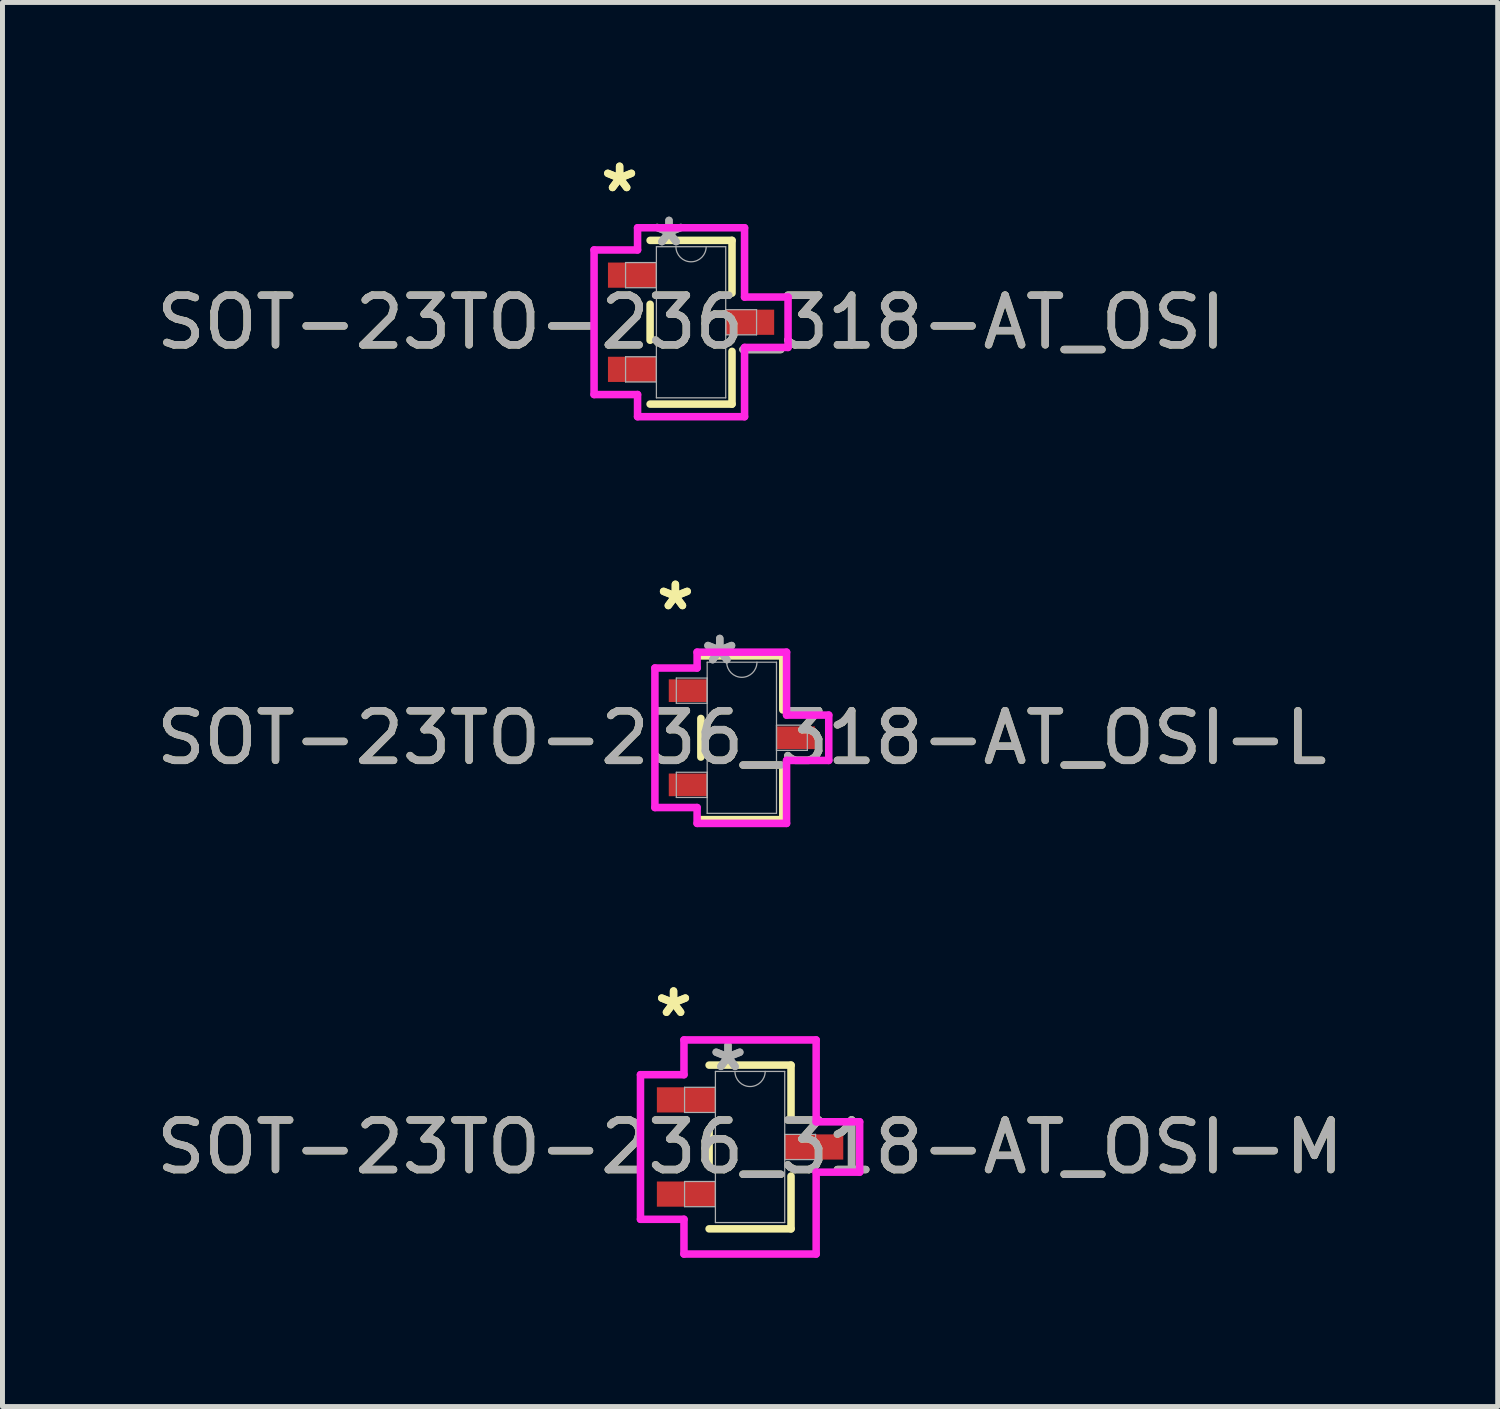
<source format=kicad_pcb>
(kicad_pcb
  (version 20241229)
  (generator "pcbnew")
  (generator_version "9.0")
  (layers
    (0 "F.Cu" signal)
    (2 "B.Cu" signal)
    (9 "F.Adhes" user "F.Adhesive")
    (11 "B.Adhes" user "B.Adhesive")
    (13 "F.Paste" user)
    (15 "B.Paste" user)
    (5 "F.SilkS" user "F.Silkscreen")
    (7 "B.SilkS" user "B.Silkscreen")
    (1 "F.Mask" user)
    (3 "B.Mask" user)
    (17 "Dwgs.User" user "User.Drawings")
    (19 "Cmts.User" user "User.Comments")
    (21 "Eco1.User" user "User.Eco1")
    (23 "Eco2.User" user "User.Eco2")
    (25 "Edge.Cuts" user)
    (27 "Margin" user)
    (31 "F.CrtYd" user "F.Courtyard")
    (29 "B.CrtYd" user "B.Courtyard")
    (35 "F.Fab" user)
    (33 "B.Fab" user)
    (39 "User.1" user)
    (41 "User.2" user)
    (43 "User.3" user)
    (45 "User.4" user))
  (footprint "SOT-23TO-236_318-AT_OSI"
    (layer "F.Cu")
    (at 10.887 3.449)
    (property "Reference" "SOT-23TO-236_318-AT_OSI" (at 0 0 0) (unlocked yes) (layer "F.SilkS") (effects (font (size 1 1) (thickness 0.15))))
    (attr smd)
    (fp_line (start -0.826 -0.363) (end -0.826 0.363) (stroke (width 0.152) (type solid)) (layer "F.SilkS"))
    (fp_line (start -0.826 1.651) (end 0.826 1.651) (stroke (width 0.152) (type solid)) (layer "F.SilkS"))
    (fp_line (start 0.826 -1.651) (end -0.826 -1.651) (stroke (width 0.152) (type solid)) (layer "F.SilkS"))
    (fp_line (start 0.826 -0.587) (end 0.826 -1.651) (stroke (width 0.152) (type solid)) (layer "F.SilkS"))
    (fp_line (start 0.826 1.651) (end 0.826 0.587) (stroke (width 0.152) (type solid)) (layer "F.SilkS"))
    (fp_line (start -1.956 -1.458) (end -1.079 -1.458) (stroke (width 0.152) (type solid)) (layer "F.CrtYd"))
    (fp_line (start -1.956 1.458) (end -1.956 -1.458) (stroke (width 0.152) (type solid)) (layer "F.CrtYd"))
    (fp_line (start -1.079 -1.905) (end 1.079 -1.905) (stroke (width 0.152) (type solid)) (layer "F.CrtYd"))
    (fp_line (start -1.079 -1.458) (end -1.079 -1.905) (stroke (width 0.152) (type solid)) (layer "F.CrtYd"))
    (fp_line (start -1.079 1.458) (end -1.956 1.458) (stroke (width 0.152) (type solid)) (layer "F.CrtYd"))
    (fp_line (start -1.079 1.905) (end -1.079 1.458) (stroke (width 0.152) (type solid)) (layer "F.CrtYd"))
    (fp_line (start 1.079 -1.905) (end 1.079 -0.508) (stroke (width 0.152) (type solid)) (layer "F.CrtYd"))
    (fp_line (start 1.079 -0.508) (end 1.956 -0.508) (stroke (width 0.152) (type solid)) (layer "F.CrtYd"))
    (fp_line (start 1.079 0.508) (end 1.079 1.905) (stroke (width 0.152) (type solid)) (layer "F.CrtYd"))
    (fp_line (start 1.079 1.905) (end -1.079 1.905) (stroke (width 0.152) (type solid)) (layer "F.CrtYd"))
    (fp_line (start 1.956 -0.508) (end 1.956 0.508) (stroke (width 0.152) (type solid)) (layer "F.CrtYd"))
    (fp_line (start 1.956 0.508) (end 1.079 0.508) (stroke (width 0.152) (type solid)) (layer "F.CrtYd"))
    (fp_line (start -1.321 -1.204) (end -1.321 -0.696) (stroke (width 0.025) (type solid)) (layer "F.Fab"))
    (fp_line (start -1.321 -0.696) (end -0.699 -0.696) (stroke (width 0.025) (type solid)) (layer "F.Fab"))
    (fp_line (start -1.321 0.696) (end -1.321 1.204) (stroke (width 0.025) (type solid)) (layer "F.Fab"))
    (fp_line (start -1.321 1.204) (end -0.699 1.204) (stroke (width 0.025) (type solid)) (layer "F.Fab"))
    (fp_line (start -0.699 -1.524) (end -0.699 1.524) (stroke (width 0.025) (type solid)) (layer "F.Fab"))
    (fp_line (start -0.699 -1.204) (end -1.321 -1.204) (stroke (width 0.025) (type solid)) (layer "F.Fab"))
    (fp_line (start -0.699 -0.696) (end -0.699 -1.204) (stroke (width 0.025) (type solid)) (layer "F.Fab"))
    (fp_line (start -0.699 0.696) (end -1.321 0.696) (stroke (width 0.025) (type solid)) (layer "F.Fab"))
    (fp_line (start -0.699 1.204) (end -0.699 0.696) (stroke (width 0.025) (type solid)) (layer "F.Fab"))
    (fp_line (start -0.699 1.524) (end 0.699 1.524) (stroke (width 0.025) (type solid)) (layer "F.Fab"))
    (fp_line (start 0.699 -1.524) (end -0.699 -1.524) (stroke (width 0.025) (type solid)) (layer "F.Fab"))
    (fp_line (start 0.699 -0.254) (end 0.699 0.254) (stroke (width 0.025) (type solid)) (layer "F.Fab"))
    (fp_line (start 0.699 0.254) (end 1.321 0.254) (stroke (width 0.025) (type solid)) (layer "F.Fab"))
    (fp_line (start 0.699 1.524) (end 0.699 -1.524) (stroke (width 0.025) (type solid)) (layer "F.Fab"))
    (fp_line (start 1.321 -0.254) (end 0.699 -0.254) (stroke (width 0.025) (type solid)) (layer "F.Fab"))
    (fp_line (start 1.321 0.254) (end 1.321 -0.254) (stroke (width 0.025) (type solid)) (layer "F.Fab"))
    (fp_arc (start 0.3048 -1.524) (mid 0 -1.2192) (end -0.3048 -1.524) (stroke (width 0.0254) (type solid)) (layer "F.Fab"))
    (fp_text user "*" (at -1.441 -2.601 0) (layer "F.SilkS") (effects (font (size 1 1) (thickness 0.15))))
    (fp_text user "*" (at -1.441 -2.601 0) (unlocked yes) (layer "F.SilkS") (effects (font (size 1 1) (thickness 0.15))))
    (fp_text user "*" (at -0.445 -1.509 0) (layer "F.Fab") (effects (font (size 1 1) (thickness 0.15))))
    (fp_text user "*" (at -0.445 -1.509 0) (unlocked yes) (layer "F.Fab") (effects (font (size 1 1) (thickness 0.15))))
    (fp_text user "${REFERENCE}" (at 0 0 0) (unlocked yes) (layer "F.Fab") (effects (font (size 1 1) (thickness 0.15))))
    (pad "1" smd rect (at -1.187 -0.95) (size 0.978 0.508) (layers "F.Cu" "F.Mask" "F.Paste"))
    (pad "2" smd rect (at -1.187 0.95) (size 0.978 0.508) (layers "F.Cu" "F.Mask" "F.Paste"))
    (pad "3" smd rect (at 1.187 0) (size 0.978 0.508) (layers "F.Cu" "F.Mask" "F.Paste")))
  (footprint "SOT-23TO-236_318-AT_OSI-L"
    (layer "F.Cu")
    (at 11.911 11.829)
    (property "Reference" "SOT-23TO-236_318-AT_OSI-L" (at 0 0 0) (unlocked yes) (layer "F.SilkS") (effects (font (size 1 1) (thickness 0.15))))
    (attr smd)
    (fp_line (start -0.826 -0.389) (end -0.826 0.389) (stroke (width 0.152) (type solid)) (layer "F.SilkS"))
    (fp_line (start -0.826 1.651) (end 0.826 1.651) (stroke (width 0.152) (type solid)) (layer "F.SilkS"))
    (fp_line (start 0.826 -1.651) (end -0.826 -1.651) (stroke (width 0.152) (type solid)) (layer "F.SilkS"))
    (fp_line (start 0.826 -0.561) (end 0.826 -1.651) (stroke (width 0.152) (type solid)) (layer "F.SilkS"))
    (fp_line (start 0.826 1.651) (end 0.826 0.561) (stroke (width 0.152) (type solid)) (layer "F.SilkS"))
    (fp_line (start -1.753 -1.407) (end -0.902 -1.407) (stroke (width 0.152) (type solid)) (layer "F.CrtYd"))
    (fp_line (start -1.753 1.407) (end -1.753 -1.407) (stroke (width 0.152) (type solid)) (layer "F.CrtYd"))
    (fp_line (start -0.902 -1.727) (end 0.902 -1.727) (stroke (width 0.152) (type solid)) (layer "F.CrtYd"))
    (fp_line (start -0.902 -1.407) (end -0.902 -1.727) (stroke (width 0.152) (type solid)) (layer "F.CrtYd"))
    (fp_line (start -0.902 1.407) (end -1.753 1.407) (stroke (width 0.152) (type solid)) (layer "F.CrtYd"))
    (fp_line (start -0.902 1.727) (end -0.902 1.407) (stroke (width 0.152) (type solid)) (layer "F.CrtYd"))
    (fp_line (start 0.902 -1.727) (end 0.902 -0.457) (stroke (width 0.152) (type solid)) (layer "F.CrtYd"))
    (fp_line (start 0.902 -0.457) (end 1.753 -0.457) (stroke (width 0.152) (type solid)) (layer "F.CrtYd"))
    (fp_line (start 0.902 0.457) (end 0.902 1.727) (stroke (width 0.152) (type solid)) (layer "F.CrtYd"))
    (fp_line (start 0.902 1.727) (end -0.902 1.727) (stroke (width 0.152) (type solid)) (layer "F.CrtYd"))
    (fp_line (start 1.753 -0.457) (end 1.753 0.457) (stroke (width 0.152) (type solid)) (layer "F.CrtYd"))
    (fp_line (start 1.753 0.457) (end 0.902 0.457) (stroke (width 0.152) (type solid)) (layer "F.CrtYd"))
    (fp_line (start -1.321 -1.204) (end -1.321 -0.696) (stroke (width 0.025) (type solid)) (layer "F.Fab"))
    (fp_line (start -1.321 -0.696) (end -0.699 -0.696) (stroke (width 0.025) (type solid)) (layer "F.Fab"))
    (fp_line (start -1.321 0.696) (end -1.321 1.204) (stroke (width 0.025) (type solid)) (layer "F.Fab"))
    (fp_line (start -1.321 1.204) (end -0.699 1.204) (stroke (width 0.025) (type solid)) (layer "F.Fab"))
    (fp_line (start -0.699 -1.524) (end -0.699 1.524) (stroke (width 0.025) (type solid)) (layer "F.Fab"))
    (fp_line (start -0.699 -1.204) (end -1.321 -1.204) (stroke (width 0.025) (type solid)) (layer "F.Fab"))
    (fp_line (start -0.699 -0.696) (end -0.699 -1.204) (stroke (width 0.025) (type solid)) (layer "F.Fab"))
    (fp_line (start -0.699 0.696) (end -1.321 0.696) (stroke (width 0.025) (type solid)) (layer "F.Fab"))
    (fp_line (start -0.699 1.204) (end -0.699 0.696) (stroke (width 0.025) (type solid)) (layer "F.Fab"))
    (fp_line (start -0.699 1.524) (end 0.699 1.524) (stroke (width 0.025) (type solid)) (layer "F.Fab"))
    (fp_line (start 0.699 -1.524) (end -0.699 -1.524) (stroke (width 0.025) (type solid)) (layer "F.Fab"))
    (fp_line (start 0.699 -0.254) (end 0.699 0.254) (stroke (width 0.025) (type solid)) (layer "F.Fab"))
    (fp_line (start 0.699 0.254) (end 1.321 0.254) (stroke (width 0.025) (type solid)) (layer "F.Fab"))
    (fp_line (start 0.699 1.524) (end 0.699 -1.524) (stroke (width 0.025) (type solid)) (layer "F.Fab"))
    (fp_line (start 1.321 -0.254) (end 0.699 -0.254) (stroke (width 0.025) (type solid)) (layer "F.Fab"))
    (fp_line (start 1.321 0.254) (end 1.321 -0.254) (stroke (width 0.025) (type solid)) (layer "F.Fab"))
    (fp_arc (start 0.3048 -1.524) (mid 0 -1.2192) (end -0.3048 -1.524) (stroke (width 0.0254) (type solid)) (layer "F.Fab"))
    (fp_text user "*" (at -1.34 -2.55 0) (layer "F.SilkS") (effects (font (size 1 1) (thickness 0.15))))
    (fp_text user "*" (at -1.34 -2.55 0) (unlocked yes) (layer "F.SilkS") (effects (font (size 1 1) (thickness 0.15))))
    (fp_text user "${REFERENCE}" (at 0 0 0) (unlocked yes) (layer "F.Fab") (effects (font (size 1 1) (thickness 0.15))))
    (fp_text user "*" (at -0.445 -1.458 0) (unlocked yes) (layer "F.Fab") (effects (font (size 1 1) (thickness 0.15))))
    (fp_text user "*" (at -0.445 -1.458 0) (layer "F.Fab") (effects (font (size 1 1) (thickness 0.15))))
    (pad "1" smd rect (at -1.086 -0.95) (size 0.775 0.457) (layers "F.Cu" "F.Mask" "F.Paste"))
    (pad "2" smd rect (at -1.086 0.95) (size 0.775 0.457) (layers "F.Cu" "F.Mask" "F.Paste"))
    (pad "3" smd rect (at 1.086 0) (size 0.775 0.457) (layers "F.Cu" "F.Mask" "F.Paste")))
  (footprint "SOT-23TO-236_318-AT_OSI-M"
    (layer "F.Cu")
    (at 12.077 20.082)
    (property "Reference" "SOT-23TO-236_318-AT_OSI-M" (at 0 0 0) (unlocked yes) (layer "F.SilkS") (effects (font (size 1 1) (thickness 0.15))))
    (attr smd)
    (fp_line (start -0.826 -0.363) (end -0.826 0.363) (stroke (width 0.152) (type solid)) (layer "F.SilkS"))
    (fp_line (start -0.826 1.651) (end 0.826 1.651) (stroke (width 0.152) (type solid)) (layer "F.SilkS"))
    (fp_line (start 0.826 -1.651) (end -0.826 -1.651) (stroke (width 0.152) (type solid)) (layer "F.SilkS"))
    (fp_line (start 0.826 -0.587) (end 0.826 -1.651) (stroke (width 0.152) (type solid)) (layer "F.SilkS"))
    (fp_line (start 0.826 1.651) (end 0.826 0.587) (stroke (width 0.152) (type solid)) (layer "F.SilkS"))
    (fp_line (start -2.21 -1.458) (end -1.333 -1.458) (stroke (width 0.152) (type solid)) (layer "F.CrtYd"))
    (fp_line (start -2.21 1.458) (end -2.21 -1.458) (stroke (width 0.152) (type solid)) (layer "F.CrtYd"))
    (fp_line (start -1.333 -2.159) (end 1.333 -2.159) (stroke (width 0.152) (type solid)) (layer "F.CrtYd"))
    (fp_line (start -1.333 -1.458) (end -1.333 -2.159) (stroke (width 0.152) (type solid)) (layer "F.CrtYd"))
    (fp_line (start -1.333 1.458) (end -2.21 1.458) (stroke (width 0.152) (type solid)) (layer "F.CrtYd"))
    (fp_line (start -1.333 2.159) (end -1.333 1.458) (stroke (width 0.152) (type solid)) (layer "F.CrtYd"))
    (fp_line (start 1.333 -2.159) (end 1.333 -0.508) (stroke (width 0.152) (type solid)) (layer "F.CrtYd"))
    (fp_line (start 1.333 -0.508) (end 2.21 -0.508) (stroke (width 0.152) (type solid)) (layer "F.CrtYd"))
    (fp_line (start 1.333 0.508) (end 1.333 2.159) (stroke (width 0.152) (type solid)) (layer "F.CrtYd"))
    (fp_line (start 1.333 2.159) (end -1.333 2.159) (stroke (width 0.152) (type solid)) (layer "F.CrtYd"))
    (fp_line (start 2.21 -0.508) (end 2.21 0.508) (stroke (width 0.152) (type solid)) (layer "F.CrtYd"))
    (fp_line (start 2.21 0.508) (end 1.333 0.508) (stroke (width 0.152) (type solid)) (layer "F.CrtYd"))
    (fp_line (start -1.321 -1.204) (end -1.321 -0.696) (stroke (width 0.025) (type solid)) (layer "F.Fab"))
    (fp_line (start -1.321 -0.696) (end -0.699 -0.696) (stroke (width 0.025) (type solid)) (layer "F.Fab"))
    (fp_line (start -1.321 0.696) (end -1.321 1.204) (stroke (width 0.025) (type solid)) (layer "F.Fab"))
    (fp_line (start -1.321 1.204) (end -0.699 1.204) (stroke (width 0.025) (type solid)) (layer "F.Fab"))
    (fp_line (start -0.699 -1.524) (end -0.699 1.524) (stroke (width 0.025) (type solid)) (layer "F.Fab"))
    (fp_line (start -0.699 -1.204) (end -1.321 -1.204) (stroke (width 0.025) (type solid)) (layer "F.Fab"))
    (fp_line (start -0.699 -0.696) (end -0.699 -1.204) (stroke (width 0.025) (type solid)) (layer "F.Fab"))
    (fp_line (start -0.699 0.696) (end -1.321 0.696) (stroke (width 0.025) (type solid)) (layer "F.Fab"))
    (fp_line (start -0.699 1.204) (end -0.699 0.696) (stroke (width 0.025) (type solid)) (layer "F.Fab"))
    (fp_line (start -0.699 1.524) (end 0.699 1.524) (stroke (width 0.025) (type solid)) (layer "F.Fab"))
    (fp_line (start 0.699 -1.524) (end -0.699 -1.524) (stroke (width 0.025) (type solid)) (layer "F.Fab"))
    (fp_line (start 0.699 -0.254) (end 0.699 0.254) (stroke (width 0.025) (type solid)) (layer "F.Fab"))
    (fp_line (start 0.699 0.254) (end 1.321 0.254) (stroke (width 0.025) (type solid)) (layer "F.Fab"))
    (fp_line (start 0.699 1.524) (end 0.699 -1.524) (stroke (width 0.025) (type solid)) (layer "F.Fab"))
    (fp_line (start 1.321 -0.254) (end 0.699 -0.254) (stroke (width 0.025) (type solid)) (layer "F.Fab"))
    (fp_line (start 1.321 0.254) (end 1.321 -0.254) (stroke (width 0.025) (type solid)) (layer "F.Fab"))
    (fp_arc (start 0.3048 -1.524) (mid 0 -1.2192) (end -0.3048 -1.524) (stroke (width 0.0254) (type solid)) (layer "F.Fab"))
    (fp_text user "*" (at -1.543 -2.601 0) (layer "F.SilkS") (effects (font (size 1 1) (thickness 0.15))))
    (fp_text user "*" (at -1.543 -2.601 0) (unlocked yes) (layer "F.SilkS") (effects (font (size 1 1) (thickness 0.15))))
    (fp_text user "*" (at -0.445 -1.509 0) (layer "F.Fab") (effects (font (size 1 1) (thickness 0.15))))
    (fp_text user "*" (at -0.445 -1.509 0) (unlocked yes) (layer "F.Fab") (effects (font (size 1 1) (thickness 0.15))))
    (fp_text user "${REFERENCE}" (at 0 0 0) (unlocked yes) (layer "F.Fab") (effects (font (size 1 1) (thickness 0.15))))
    (pad "1" smd rect (at -1.289 -0.95) (size 1.181 0.508) (layers "F.Cu" "F.Mask" "F.Paste"))
    (pad "2" smd rect (at -1.289 0.95) (size 1.181 0.508) (layers "F.Cu" "F.Mask" "F.Paste"))
    (pad "3" smd rect (at 1.289 0) (size 1.181 0.508) (layers "F.Cu" "F.Mask" "F.Paste")))
  (gr_rect
    (start -3 -3)
    (end 27.155 25.317)
    (stroke (width 0.1) (type default))
    (fill no)
    (layer "Edge.Cuts")))
</source>
